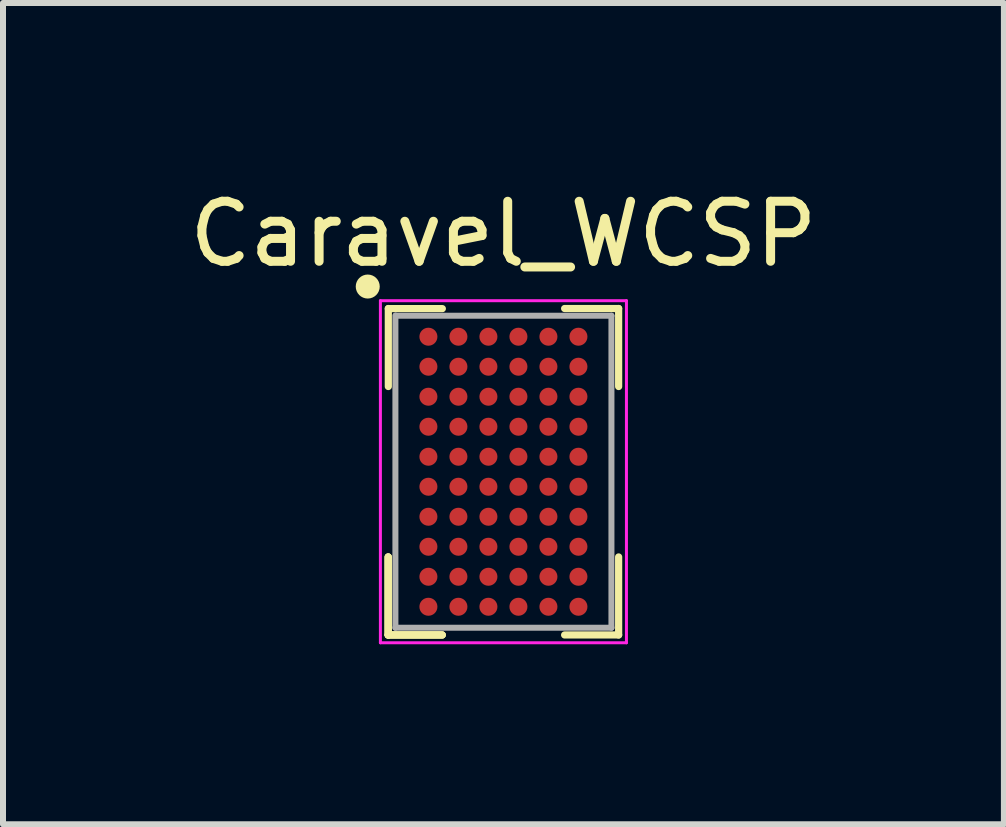
<source format=kicad_pcb>
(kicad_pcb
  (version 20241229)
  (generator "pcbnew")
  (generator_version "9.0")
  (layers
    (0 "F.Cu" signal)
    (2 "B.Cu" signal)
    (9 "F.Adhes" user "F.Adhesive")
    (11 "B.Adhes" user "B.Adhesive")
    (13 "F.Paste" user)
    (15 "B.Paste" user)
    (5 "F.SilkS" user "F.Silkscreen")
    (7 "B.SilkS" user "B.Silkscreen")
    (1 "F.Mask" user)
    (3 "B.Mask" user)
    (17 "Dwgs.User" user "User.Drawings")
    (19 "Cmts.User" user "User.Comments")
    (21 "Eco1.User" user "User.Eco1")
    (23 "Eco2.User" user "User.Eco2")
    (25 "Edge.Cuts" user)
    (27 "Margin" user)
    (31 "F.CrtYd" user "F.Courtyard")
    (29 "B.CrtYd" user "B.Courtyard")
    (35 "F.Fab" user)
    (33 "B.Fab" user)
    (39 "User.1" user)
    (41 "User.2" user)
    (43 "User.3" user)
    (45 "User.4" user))
  (footprint "Caravel_WCSP"
    (layer "F.Cu")
    (at 5.339 4.811)
    (property "Reference" "Caravel_WCSP" (at 0 -3.962 0) (layer "F.SilkS") (effects (font (size 1 1) (thickness 0.15))))
    (attr smd)
    (fp_line (start -1.92 1.42) (end -1.92 2.72) (stroke (width 0.12) (type solid)) (layer "F.SilkS"))
    (fp_line (start -1.92 1.42) (end -1.92 2.72) (stroke (width 0.12) (type solid)) (layer "F.SilkS"))
    (fp_line (start -1.92 1.42) (end -1.92 2.72) (stroke (width 0.12) (type solid)) (layer "F.SilkS"))
    (fp_line (start -1.92 2.72) (end -1.02 2.72) (stroke (width 0.12) (type solid)) (layer "F.SilkS"))
    (fp_line (start -1.92 2.72) (end -1.02 2.72) (stroke (width 0.12) (type solid)) (layer "F.SilkS"))
    (fp_line (start -1.92 2.72) (end -1.02 2.72) (stroke (width 0.12) (type solid)) (layer "F.SilkS"))
    (fp_line (start -1.918 -1.42) (end -1.918 -2.72) (stroke (width 0.12) (type solid)) (layer "F.SilkS"))
    (fp_line (start -1.018 -2.718) (end -1.918 -2.718) (stroke (width 0.12) (type solid)) (layer "F.SilkS"))
    (fp_line (start 1.92 -2.72) (end 1.02 -2.72) (stroke (width 0.12) (type solid)) (layer "F.SilkS"))
    (fp_line (start 1.92 -1.42) (end 1.92 -2.72) (stroke (width 0.12) (type solid)) (layer "F.SilkS"))
    (fp_line (start 1.92 1.42) (end 1.92 2.72) (stroke (width 0.12) (type solid)) (layer "F.SilkS"))
    (fp_line (start 1.92 2.72) (end 1.02 2.72) (stroke (width 0.12) (type solid)) (layer "F.SilkS"))
    (fp_circle (center -2.261 -3.086) (end -2.161 -3.086) (stroke (width 0.2) (type solid)) (fill no) (layer "F.SilkS"))
    (fp_line (start -2.05 -2.85) (end -2.05 2.85) (stroke (width 0.05) (type solid)) (layer "F.CrtYd"))
    (fp_line (start -2.05 2.85) (end 2.05 2.85) (stroke (width 0.05) (type solid)) (layer "F.CrtYd"))
    (fp_line (start 2.05 -2.85) (end -2.05 -2.85) (stroke (width 0.05) (type solid)) (layer "F.CrtYd"))
    (fp_line (start 2.05 2.85) (end 2.05 -2.85) (stroke (width 0.05) (type solid)) (layer "F.CrtYd"))
    (fp_line (start -1.8 2.6) (end -1.8 -2.603) (stroke (width 0.1) (type solid)) (layer "F.Fab"))
    (fp_line (start -1.791 -2.6) (end 1.8 -2.6) (stroke (width 0.1) (type solid)) (layer "F.Fab"))
    (fp_line (start 1.8 -2.6) (end 1.8 2.6) (stroke (width 0.1) (type solid)) (layer "F.Fab"))
    (fp_line (start 1.8 2.6) (end -1.8 2.6) (stroke (width 0.1) (type solid)) (layer "F.Fab"))
    (pad "A1" smd circle (at -1.25 -2.25 90) (size 0.3 0.3) (layers "F.Cu" "F.Mask" "F.Paste"))
    (pad "A2" smd circle (at -1.25 -1.75 90) (size 0.3 0.3) (layers "F.Cu" "F.Mask" "F.Paste"))
    (pad "A3" smd circle (at -1.25 -1.25 90) (size 0.3 0.3) (layers "F.Cu" "F.Mask" "F.Paste"))
    (pad "A4" smd circle (at -1.25 -0.75 90) (size 0.3 0.3) (layers "F.Cu" "F.Mask" "F.Paste"))
    (pad "A5" smd circle (at -1.25 -0.25 90) (size 0.3 0.3) (layers "F.Cu" "F.Mask" "F.Paste"))
    (pad "A6" smd circle (at -1.25 0.25 90) (size 0.3 0.3) (layers "F.Cu" "F.Mask" "F.Paste"))
    (pad "A7" smd circle (at -1.25 0.75 90) (size 0.3 0.3) (layers "F.Cu" "F.Mask" "F.Paste"))
    (pad "A8" smd circle (at -1.25 1.25 90) (size 0.3 0.3) (layers "F.Cu" "F.Mask" "F.Paste"))
    (pad "A9" smd circle (at -1.25 1.75 90) (size 0.3 0.3) (layers "F.Cu" "F.Mask" "F.Paste"))
    (pad "A10" smd circle (at -1.25 2.25 90) (size 0.3 0.3) (layers "F.Cu" "F.Mask" "F.Paste"))
    (pad "B1" smd circle (at -0.75 -2.25 90) (size 0.3 0.3) (layers "F.Cu" "F.Mask" "F.Paste"))
    (pad "B2" smd circle (at -0.75 -1.75 90) (size 0.3 0.3) (layers "F.Cu" "F.Mask" "F.Paste"))
    (pad "B3" smd circle (at -0.75 -1.25 90) (size 0.3 0.3) (layers "F.Cu" "F.Mask" "F.Paste"))
    (pad "B4" smd circle (at -0.75 -0.75 90) (size 0.3 0.3) (layers "F.Cu" "F.Mask" "F.Paste"))
    (pad "B5" smd circle (at -0.75 -0.25 90) (size 0.3 0.3) (layers "F.Cu" "F.Mask" "F.Paste"))
    (pad "B6" smd circle (at -0.75 0.25 90) (size 0.3 0.3) (layers "F.Cu" "F.Mask" "F.Paste"))
    (pad "B7" smd circle (at -0.75 0.75 90) (size 0.3 0.3) (layers "F.Cu" "F.Mask" "F.Paste"))
    (pad "B8" smd circle (at -0.75 1.25 90) (size 0.3 0.3) (layers "F.Cu" "F.Mask" "F.Paste"))
    (pad "B9" smd circle (at -0.75 1.75 90) (size 0.3 0.3) (layers "F.Cu" "F.Mask" "F.Paste"))
    (pad "B10" smd circle (at -0.75 2.25 90) (size 0.3 0.3) (layers "F.Cu" "F.Mask" "F.Paste"))
    (pad "C1" smd circle (at -0.25 -2.25 90) (size 0.3 0.3) (layers "F.Cu" "F.Mask" "F.Paste"))
    (pad "C2" smd circle (at -0.25 -1.75 90) (size 0.3 0.3) (layers "F.Cu" "F.Mask" "F.Paste"))
    (pad "C3" smd circle (at -0.25 -1.25 90) (size 0.3 0.3) (layers "F.Cu" "F.Mask" "F.Paste"))
    (pad "C4" smd circle (at -0.25 -0.75 90) (size 0.3 0.3) (layers "F.Cu" "F.Mask" "F.Paste"))
    (pad "C5" smd circle (at -0.25 -0.25 90) (size 0.3 0.3) (layers "F.Cu" "F.Mask" "F.Paste"))
    (pad "C6" smd circle (at -0.25 0.25 90) (size 0.3 0.3) (layers "F.Cu" "F.Mask" "F.Paste"))
    (pad "C7" smd circle (at -0.25 0.75 90) (size 0.3 0.3) (layers "F.Cu" "F.Mask" "F.Paste"))
    (pad "C8" smd circle (at -0.25 1.25 90) (size 0.3 0.3) (layers "F.Cu" "F.Mask" "F.Paste"))
    (pad "C9" smd circle (at -0.25 1.75 90) (size 0.3 0.3) (layers "F.Cu" "F.Mask" "F.Paste"))
    (pad "C10" smd circle (at -0.25 2.25 90) (size 0.3 0.3) (layers "F.Cu" "F.Mask" "F.Paste"))
    (pad "D1" smd circle (at 0.25 -2.25 90) (size 0.3 0.3) (layers "F.Cu" "F.Mask" "F.Paste"))
    (pad "D2" smd circle (at 0.25 -1.75 90) (size 0.3 0.3) (layers "F.Cu" "F.Mask" "F.Paste"))
    (pad "D3" smd circle (at 0.25 -1.25 90) (size 0.3 0.3) (layers "F.Cu" "F.Mask" "F.Paste"))
    (pad "D4" smd circle (at 0.25 -0.75 90) (size 0.3 0.3) (layers "F.Cu" "F.Mask" "F.Paste"))
    (pad "D5" smd circle (at 0.25 -0.25 90) (size 0.3 0.3) (layers "F.Cu" "F.Mask" "F.Paste"))
    (pad "D6" smd circle (at 0.25 0.25 90) (size 0.3 0.3) (layers "F.Cu" "F.Mask" "F.Paste"))
    (pad "D7" smd circle (at 0.25 0.75 90) (size 0.3 0.3) (layers "F.Cu" "F.Mask" "F.Paste"))
    (pad "D8" smd circle (at 0.25 1.25 90) (size 0.3 0.3) (layers "F.Cu" "F.Mask" "F.Paste"))
    (pad "D9" smd circle (at 0.25 1.75 90) (size 0.3 0.3) (layers "F.Cu" "F.Mask" "F.Paste"))
    (pad "D10" smd circle (at 0.25 2.25 90) (size 0.3 0.3) (layers "F.Cu" "F.Mask" "F.Paste"))
    (pad "E1" smd circle (at 0.75 -2.25 90) (size 0.3 0.3) (layers "F.Cu" "F.Mask" "F.Paste"))
    (pad "E2" smd circle (at 0.75 -1.75 90) (size 0.3 0.3) (layers "F.Cu" "F.Mask" "F.Paste"))
    (pad "E3" smd circle (at 0.75 -1.25 90) (size 0.3 0.3) (layers "F.Cu" "F.Mask" "F.Paste"))
    (pad "E4" smd circle (at 0.75 -0.75 90) (size 0.3 0.3) (layers "F.Cu" "F.Mask" "F.Paste"))
    (pad "E5" smd circle (at 0.75 -0.25 90) (size 0.3 0.3) (layers "F.Cu" "F.Mask" "F.Paste"))
    (pad "E6" smd circle (at 0.75 0.25 90) (size 0.3 0.3) (layers "F.Cu" "F.Mask" "F.Paste"))
    (pad "E7" smd circle (at 0.75 0.75 90) (size 0.3 0.3) (layers "F.Cu" "F.Mask" "F.Paste"))
    (pad "E8" smd circle (at 0.75 1.25 90) (size 0.3 0.3) (layers "F.Cu" "F.Mask" "F.Paste"))
    (pad "E9" smd circle (at 0.75 1.75 90) (size 0.3 0.3) (layers "F.Cu" "F.Mask" "F.Paste"))
    (pad "E10" smd circle (at 0.75 2.25 90) (size 0.3 0.3) (layers "F.Cu" "F.Mask" "F.Paste"))
    (pad "F1" smd circle (at 1.25 -2.25 90) (size 0.3 0.3) (layers "F.Cu" "F.Mask" "F.Paste"))
    (pad "F2" smd circle (at 1.25 -1.75 90) (size 0.3 0.3) (layers "F.Cu" "F.Mask" "F.Paste"))
    (pad "F3" smd circle (at 1.25 -1.25 90) (size 0.3 0.3) (layers "F.Cu" "F.Mask" "F.Paste"))
    (pad "F4" smd circle (at 1.25 -0.75 90) (size 0.3 0.3) (layers "F.Cu" "F.Mask" "F.Paste"))
    (pad "F5" smd circle (at 1.25 -0.25 90) (size 0.3 0.3) (layers "F.Cu" "F.Mask" "F.Paste"))
    (pad "F6" smd circle (at 1.25 0.25 90) (size 0.3 0.3) (layers "F.Cu" "F.Mask" "F.Paste"))
    (pad "F7" smd circle (at 1.25 0.75 90) (size 0.3 0.3) (layers "F.Cu" "F.Mask" "F.Paste"))
    (pad "F8" smd circle (at 1.25 1.25 90) (size 0.3 0.3) (layers "F.Cu" "F.Mask" "F.Paste"))
    (pad "F9" smd circle (at 1.25 1.75 90) (size 0.3 0.3) (layers "F.Cu" "F.Mask" "F.Paste"))
    (pad "F10" smd circle (at 1.25 2.25 90) (size 0.3 0.3) (layers "F.Cu" "F.Mask" "F.Paste")))
  (gr_rect
    (start -3 -3)
    (end 13.679 10.686)
    (stroke (width 0.1) (type default))
    (fill no)
    (layer "Edge.Cuts")))
</source>
